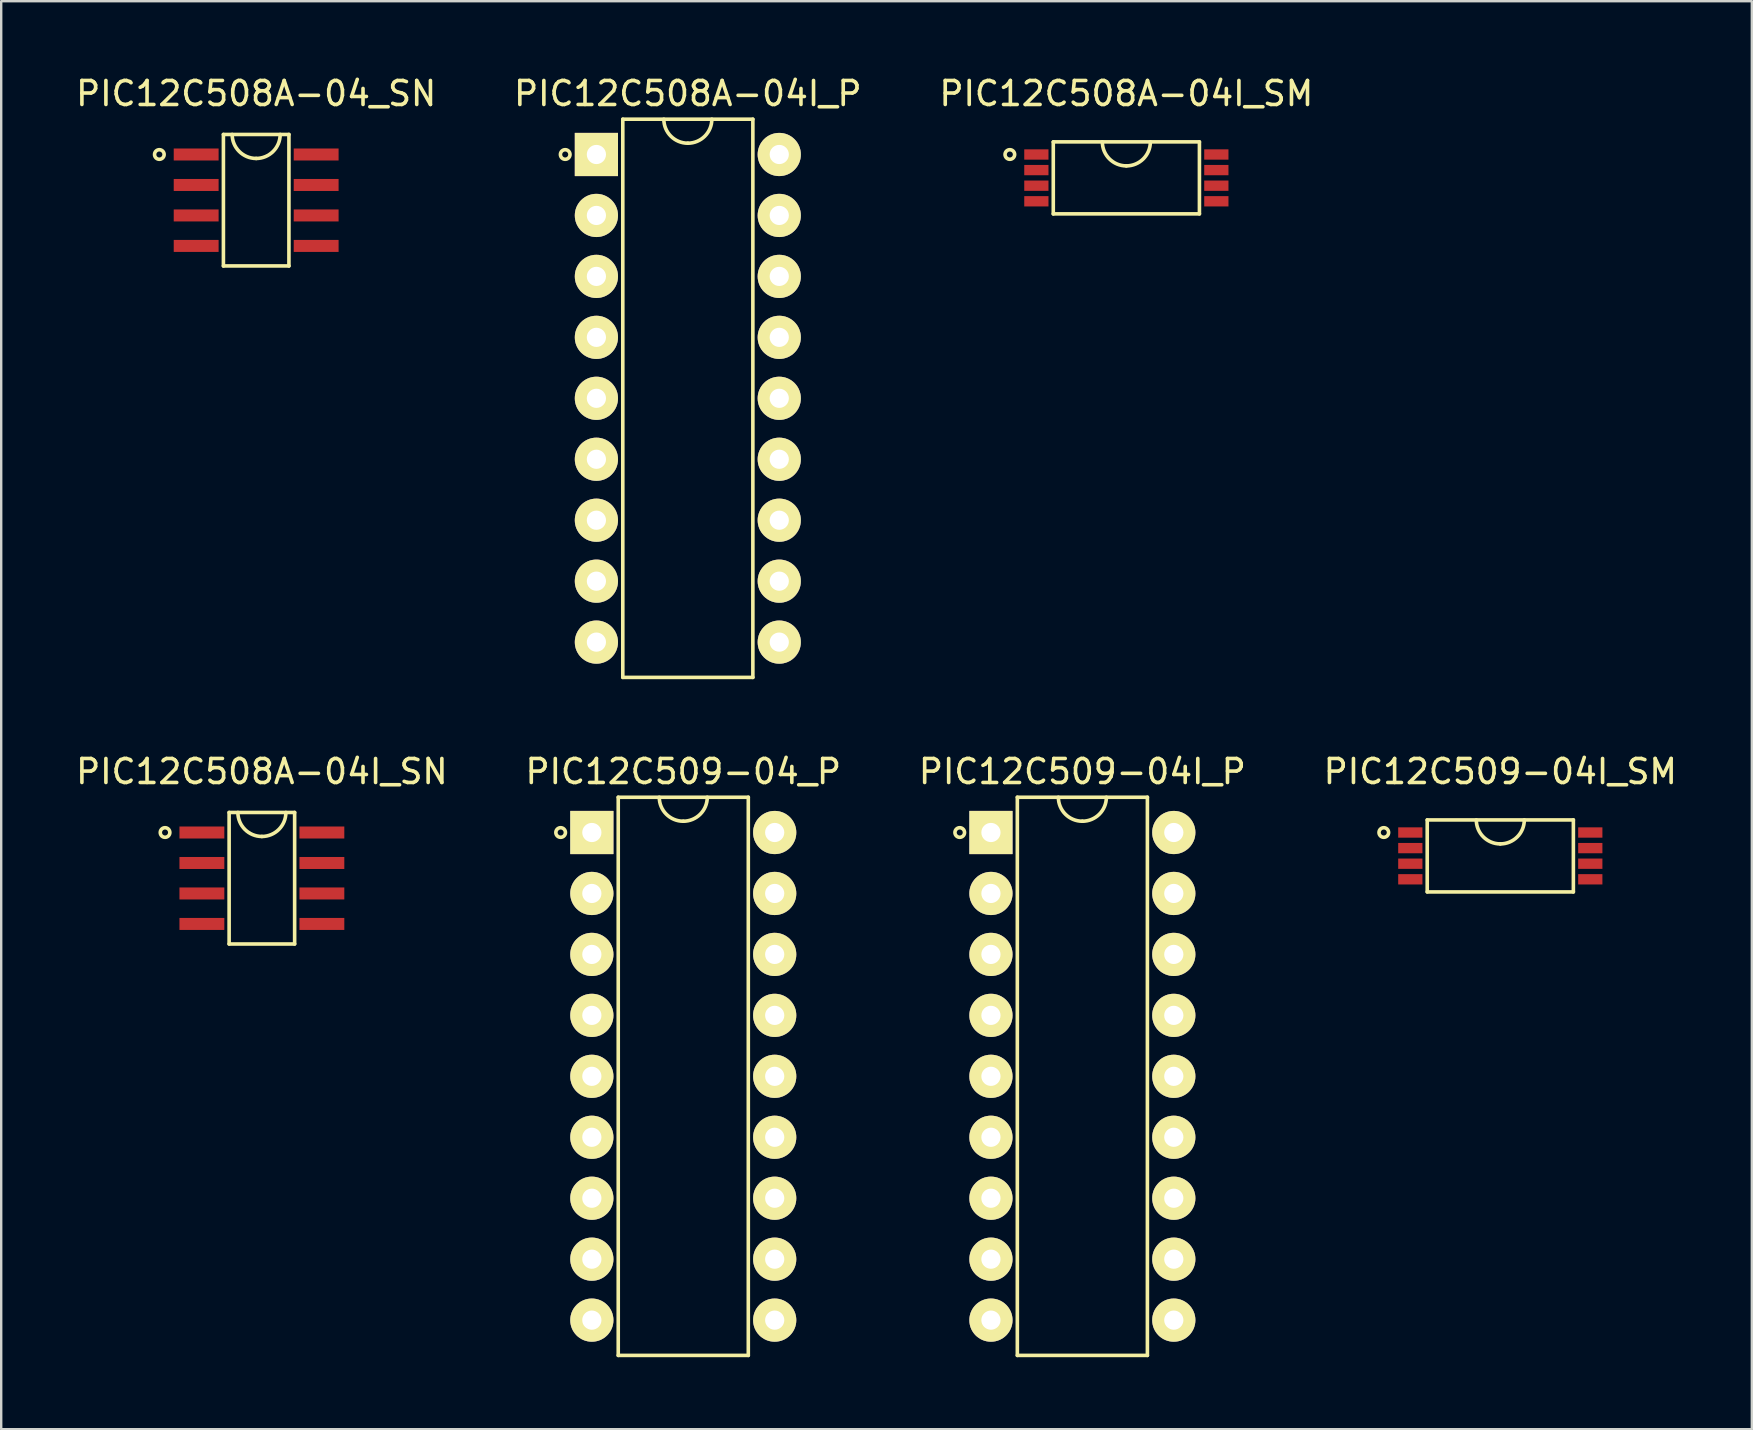
<source format=kicad_pcb>
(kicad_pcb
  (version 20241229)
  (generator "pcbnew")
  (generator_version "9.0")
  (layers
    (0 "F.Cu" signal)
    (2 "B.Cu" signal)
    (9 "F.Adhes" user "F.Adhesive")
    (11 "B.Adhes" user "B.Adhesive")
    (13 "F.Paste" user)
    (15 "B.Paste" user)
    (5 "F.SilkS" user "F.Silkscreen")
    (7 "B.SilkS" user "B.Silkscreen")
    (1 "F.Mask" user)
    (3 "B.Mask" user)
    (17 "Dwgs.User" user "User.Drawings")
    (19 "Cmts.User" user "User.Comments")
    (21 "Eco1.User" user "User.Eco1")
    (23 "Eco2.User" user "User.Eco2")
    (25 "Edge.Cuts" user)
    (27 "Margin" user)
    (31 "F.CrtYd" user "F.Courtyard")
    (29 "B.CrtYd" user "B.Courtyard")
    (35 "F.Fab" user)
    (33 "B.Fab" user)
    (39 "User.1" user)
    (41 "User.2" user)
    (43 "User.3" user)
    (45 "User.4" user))
  (footprint "PIC12C508A-04I_SM"
    (layer "F.Cu")
    (at 40.137 3.388)
    (property "Reference" "PIC12C508A-04I_SM" (at 3.75 -2.54 0) (layer "F.SilkS") (effects (font (size 1 1) (thickness 0.15))))
    (attr through_hole)
    (fp_line (start 0.705 -0.525) (end 6.795 -0.525) (stroke (width 0.15) (type solid)) (layer "F.SilkS"))
    (fp_line (start 0.705 2.475) (end 0.705 -0.525) (stroke (width 0.15) (type solid)) (layer "F.SilkS"))
    (fp_line (start 6.795 -0.525) (end 6.795 2.475) (stroke (width 0.15) (type solid)) (layer "F.SilkS"))
    (fp_line (start 6.795 2.475) (end 0.705 2.475) (stroke (width 0.15) (type solid)) (layer "F.SilkS"))
    (fp_arc (start 3.75 0.475) (mid 3.042893 0.182107) (end 2.75 -0.525) (stroke (width 0.15) (type solid)) (layer "F.SilkS"))
    (fp_arc (start 4.75 -0.525) (mid 4.457107 0.182107) (end 3.75 0.475) (stroke (width 0.15) (type solid)) (layer "F.SilkS"))
    (fp_circle (center -1.105 0) (end -1.105 0.2) (stroke (width 0.15) (type solid)) (fill no) (layer "F.SilkS"))
    (pad "1" smd rect (at 0 0) (size 1.01 0.43) (layers "F.Cu" "F.Mask" "F.Paste"))
    (pad "2" smd rect (at 0 0.65) (size 1.01 0.43) (layers "F.Cu" "F.Mask" "F.Paste"))
    (pad "3" smd rect (at 0 1.3) (size 1.01 0.43) (layers "F.Cu" "F.Mask" "F.Paste"))
    (pad "4" smd rect (at 0 1.95) (size 1.01 0.43) (layers "F.Cu" "F.Mask" "F.Paste"))
    (pad "5" smd rect (at 7.5 1.95) (size 1.01 0.43) (layers "F.Cu" "F.Mask" "F.Paste"))
    (pad "6" smd rect (at 7.5 1.3) (size 1.01 0.43) (layers "F.Cu" "F.Mask" "F.Paste"))
    (pad "7" smd rect (at 7.5 0.65) (size 1.01 0.43) (layers "F.Cu" "F.Mask" "F.Paste"))
    (pad "8" smd rect (at 7.5 0) (size 1.01 0.43) (layers "F.Cu" "F.Mask" "F.Paste")))
  (footprint "PIC12C509-04I_P"
    (layer "F.Cu")
    (at 38.244 31.642)
    (property "Reference" "PIC12C509-04I_P" (at 3.81 -2.54 0) (layer "F.SilkS") (effects (font (size 1 1) (thickness 0.15))))
    (attr through_hole)
    (fp_line (start 1.1 -1.47) (end 6.52 -1.47) (stroke (width 0.15) (type solid)) (layer "F.SilkS"))
    (fp_line (start 1.1 21.79) (end 1.1 -1.47) (stroke (width 0.15) (type solid)) (layer "F.SilkS"))
    (fp_line (start 6.52 -1.47) (end 6.52 21.79) (stroke (width 0.15) (type solid)) (layer "F.SilkS"))
    (fp_line (start 6.52 21.79) (end 1.1 21.79) (stroke (width 0.15) (type solid)) (layer "F.SilkS"))
    (fp_arc (start 3.81 -0.47) (mid 3.102893 -0.762893) (end 2.81 -1.47) (stroke (width 0.15) (type solid)) (layer "F.SilkS"))
    (fp_arc (start 4.81 -1.47) (mid 4.517107 -0.762893) (end 3.81 -0.47) (stroke (width 0.15) (type solid)) (layer "F.SilkS"))
    (fp_circle (center -1.3 0) (end -1.3 0.2) (stroke (width 0.15) (type solid)) (fill no) (layer "F.SilkS"))
    (pad "1" thru_hole rect (at 0 0) (size 1.8 1.8) (drill 0.8) (layers "*.Cu" "*.Mask" "F.SilkS"))
    (pad "2" thru_hole circle (at 0 2.54) (size 1.8 1.8) (drill 0.8) (layers "*.Cu" "*.Mask" "F.SilkS"))
    (pad "3" thru_hole circle (at 0 5.08) (size 1.8 1.8) (drill 0.8) (layers "*.Cu" "*.Mask" "F.SilkS"))
    (pad "4" thru_hole circle (at 0 7.62) (size 1.8 1.8) (drill 0.8) (layers "*.Cu" "*.Mask" "F.SilkS"))
    (pad "5" thru_hole circle (at 0 10.16) (size 1.8 1.8) (drill 0.8) (layers "*.Cu" "*.Mask" "F.SilkS"))
    (pad "6" thru_hole circle (at 0 12.7) (size 1.8 1.8) (drill 0.8) (layers "*.Cu" "*.Mask" "F.SilkS"))
    (pad "7" thru_hole circle (at 0 15.24) (size 1.8 1.8) (drill 0.8) (layers "*.Cu" "*.Mask" "F.SilkS"))
    (pad "8" thru_hole circle (at 0 17.78) (size 1.8 1.8) (drill 0.8) (layers "*.Cu" "*.Mask" "F.SilkS"))
    (pad "9" thru_hole circle (at 0 20.32) (size 1.8 1.8) (drill 0.8) (layers "*.Cu" "*.Mask" "F.SilkS"))
    (pad "10" thru_hole circle (at 7.62 20.32) (size 1.8 1.8) (drill 0.8) (layers "*.Cu" "*.Mask" "F.SilkS"))
    (pad "11" thru_hole circle (at 7.62 17.78) (size 1.8 1.8) (drill 0.8) (layers "*.Cu" "*.Mask" "F.SilkS"))
    (pad "12" thru_hole circle (at 7.62 15.24) (size 1.8 1.8) (drill 0.8) (layers "*.Cu" "*.Mask" "F.SilkS"))
    (pad "13" thru_hole circle (at 7.62 12.7) (size 1.8 1.8) (drill 0.8) (layers "*.Cu" "*.Mask" "F.SilkS"))
    (pad "14" thru_hole circle (at 7.62 10.16) (size 1.8 1.8) (drill 0.8) (layers "*.Cu" "*.Mask" "F.SilkS"))
    (pad "15" thru_hole circle (at 7.62 7.62) (size 1.8 1.8) (drill 0.8) (layers "*.Cu" "*.Mask" "F.SilkS"))
    (pad "16" thru_hole circle (at 7.62 5.08) (size 1.8 1.8) (drill 0.8) (layers "*.Cu" "*.Mask" "F.SilkS"))
    (pad "17" thru_hole circle (at 7.62 2.54) (size 1.8 1.8) (drill 0.8) (layers "*.Cu" "*.Mask" "F.SilkS"))
    (pad "18" thru_hole circle (at 7.62 0) (size 1.8 1.8) (drill 0.8) (layers "*.Cu" "*.Mask" "F.SilkS")))
  (footprint "PIC12C508A-04_SN"
    (layer "F.Cu")
    (at 5.125 3.388)
    (property "Reference" "PIC12C508A-04_SN" (at 2.5 -2.54 0) (layer "F.SilkS") (effects (font (size 1 1) (thickness 0.15))))
    (attr through_hole)
    (fp_line (start 1.135 -0.835) (end 3.865 -0.835) (stroke (width 0.15) (type solid)) (layer "F.SilkS"))
    (fp_line (start 1.135 4.645) (end 1.135 -0.835) (stroke (width 0.15) (type solid)) (layer "F.SilkS"))
    (fp_line (start 3.865 -0.835) (end 3.865 4.645) (stroke (width 0.15) (type solid)) (layer "F.SilkS"))
    (fp_line (start 3.865 4.645) (end 1.135 4.645) (stroke (width 0.15) (type solid)) (layer "F.SilkS"))
    (fp_arc (start 2.5 0.165) (mid 1.792893 -0.127893) (end 1.5 -0.835) (stroke (width 0.15) (type solid)) (layer "F.SilkS"))
    (fp_arc (start 3.5 -0.835) (mid 3.207107 -0.127893) (end 2.5 0.165) (stroke (width 0.15) (type solid)) (layer "F.SilkS"))
    (fp_circle (center -1.535 0) (end -1.535 0.2) (stroke (width 0.15) (type solid)) (fill no) (layer "F.SilkS"))
    (pad "1" smd rect (at 0 0) (size 1.87 0.5) (layers "F.Cu" "F.Mask" "F.Paste"))
    (pad "2" smd rect (at 0 1.27) (size 1.87 0.5) (layers "F.Cu" "F.Mask" "F.Paste"))
    (pad "3" smd rect (at 0 2.54) (size 1.87 0.5) (layers "F.Cu" "F.Mask" "F.Paste"))
    (pad "4" smd rect (at 0 3.81) (size 1.87 0.5) (layers "F.Cu" "F.Mask" "F.Paste"))
    (pad "5" smd rect (at 5 3.81) (size 1.87 0.5) (layers "F.Cu" "F.Mask" "F.Paste"))
    (pad "6" smd rect (at 5 2.54) (size 1.87 0.5) (layers "F.Cu" "F.Mask" "F.Paste"))
    (pad "7" smd rect (at 5 1.27) (size 1.87 0.5) (layers "F.Cu" "F.Mask" "F.Paste"))
    (pad "8" smd rect (at 5 0) (size 1.87 0.5) (layers "F.Cu" "F.Mask" "F.Paste")))
  (footprint "PIC12C508A-04I_P"
    (layer "F.Cu")
    (at 21.803 3.388)
    (property "Reference" "PIC12C508A-04I_P" (at 3.81 -2.54 0) (layer "F.SilkS") (effects (font (size 1 1) (thickness 0.15))))
    (attr through_hole)
    (fp_line (start 1.1 -1.47) (end 6.52 -1.47) (stroke (width 0.15) (type solid)) (layer "F.SilkS"))
    (fp_line (start 1.1 21.79) (end 1.1 -1.47) (stroke (width 0.15) (type solid)) (layer "F.SilkS"))
    (fp_line (start 6.52 -1.47) (end 6.52 21.79) (stroke (width 0.15) (type solid)) (layer "F.SilkS"))
    (fp_line (start 6.52 21.79) (end 1.1 21.79) (stroke (width 0.15) (type solid)) (layer "F.SilkS"))
    (fp_arc (start 3.81 -0.47) (mid 3.102893 -0.762893) (end 2.81 -1.47) (stroke (width 0.15) (type solid)) (layer "F.SilkS"))
    (fp_arc (start 4.81 -1.47) (mid 4.517107 -0.762893) (end 3.81 -0.47) (stroke (width 0.15) (type solid)) (layer "F.SilkS"))
    (fp_circle (center -1.3 0) (end -1.3 0.2) (stroke (width 0.15) (type solid)) (fill no) (layer "F.SilkS"))
    (pad "1" thru_hole rect (at 0 0) (size 1.8 1.8) (drill 0.8) (layers "*.Cu" "*.Mask" "F.SilkS"))
    (pad "2" thru_hole circle (at 0 2.54) (size 1.8 1.8) (drill 0.8) (layers "*.Cu" "*.Mask" "F.SilkS"))
    (pad "3" thru_hole circle (at 0 5.08) (size 1.8 1.8) (drill 0.8) (layers "*.Cu" "*.Mask" "F.SilkS"))
    (pad "4" thru_hole circle (at 0 7.62) (size 1.8 1.8) (drill 0.8) (layers "*.Cu" "*.Mask" "F.SilkS"))
    (pad "5" thru_hole circle (at 0 10.16) (size 1.8 1.8) (drill 0.8) (layers "*.Cu" "*.Mask" "F.SilkS"))
    (pad "6" thru_hole circle (at 0 12.7) (size 1.8 1.8) (drill 0.8) (layers "*.Cu" "*.Mask" "F.SilkS"))
    (pad "7" thru_hole circle (at 0 15.24) (size 1.8 1.8) (drill 0.8) (layers "*.Cu" "*.Mask" "F.SilkS"))
    (pad "8" thru_hole circle (at 0 17.78) (size 1.8 1.8) (drill 0.8) (layers "*.Cu" "*.Mask" "F.SilkS"))
    (pad "9" thru_hole circle (at 0 20.32) (size 1.8 1.8) (drill 0.8) (layers "*.Cu" "*.Mask" "F.SilkS"))
    (pad "10" thru_hole circle (at 7.62 20.32) (size 1.8 1.8) (drill 0.8) (layers "*.Cu" "*.Mask" "F.SilkS"))
    (pad "11" thru_hole circle (at 7.62 17.78) (size 1.8 1.8) (drill 0.8) (layers "*.Cu" "*.Mask" "F.SilkS"))
    (pad "12" thru_hole circle (at 7.62 15.24) (size 1.8 1.8) (drill 0.8) (layers "*.Cu" "*.Mask" "F.SilkS"))
    (pad "13" thru_hole circle (at 7.62 12.7) (size 1.8 1.8) (drill 0.8) (layers "*.Cu" "*.Mask" "F.SilkS"))
    (pad "14" thru_hole circle (at 7.62 10.16) (size 1.8 1.8) (drill 0.8) (layers "*.Cu" "*.Mask" "F.SilkS"))
    (pad "15" thru_hole circle (at 7.62 7.62) (size 1.8 1.8) (drill 0.8) (layers "*.Cu" "*.Mask" "F.SilkS"))
    (pad "16" thru_hole circle (at 7.62 5.08) (size 1.8 1.8) (drill 0.8) (layers "*.Cu" "*.Mask" "F.SilkS"))
    (pad "17" thru_hole circle (at 7.62 2.54) (size 1.8 1.8) (drill 0.8) (layers "*.Cu" "*.Mask" "F.SilkS"))
    (pad "18" thru_hole circle (at 7.62 0) (size 1.8 1.8) (drill 0.8) (layers "*.Cu" "*.Mask" "F.SilkS")))
  (footprint "PIC12C508A-04I_SN"
    (layer "F.Cu")
    (at 5.363 31.642)
    (property "Reference" "PIC12C508A-04I_SN" (at 2.5 -2.54 0) (layer "F.SilkS") (effects (font (size 1 1) (thickness 0.15))))
    (attr through_hole)
    (fp_line (start 1.135 -0.835) (end 3.865 -0.835) (stroke (width 0.15) (type solid)) (layer "F.SilkS"))
    (fp_line (start 1.135 4.645) (end 1.135 -0.835) (stroke (width 0.15) (type solid)) (layer "F.SilkS"))
    (fp_line (start 3.865 -0.835) (end 3.865 4.645) (stroke (width 0.15) (type solid)) (layer "F.SilkS"))
    (fp_line (start 3.865 4.645) (end 1.135 4.645) (stroke (width 0.15) (type solid)) (layer "F.SilkS"))
    (fp_arc (start 2.5 0.165) (mid 1.792893 -0.127893) (end 1.5 -0.835) (stroke (width 0.15) (type solid)) (layer "F.SilkS"))
    (fp_arc (start 3.5 -0.835) (mid 3.207107 -0.127893) (end 2.5 0.165) (stroke (width 0.15) (type solid)) (layer "F.SilkS"))
    (fp_circle (center -1.535 0) (end -1.535 0.2) (stroke (width 0.15) (type solid)) (fill no) (layer "F.SilkS"))
    (pad "1" smd rect (at 0 0) (size 1.87 0.5) (layers "F.Cu" "F.Mask" "F.Paste"))
    (pad "2" smd rect (at 0 1.27) (size 1.87 0.5) (layers "F.Cu" "F.Mask" "F.Paste"))
    (pad "3" smd rect (at 0 2.54) (size 1.87 0.5) (layers "F.Cu" "F.Mask" "F.Paste"))
    (pad "4" smd rect (at 0 3.81) (size 1.87 0.5) (layers "F.Cu" "F.Mask" "F.Paste"))
    (pad "5" smd rect (at 5 3.81) (size 1.87 0.5) (layers "F.Cu" "F.Mask" "F.Paste"))
    (pad "6" smd rect (at 5 2.54) (size 1.87 0.5) (layers "F.Cu" "F.Mask" "F.Paste"))
    (pad "7" smd rect (at 5 1.27) (size 1.87 0.5) (layers "F.Cu" "F.Mask" "F.Paste"))
    (pad "8" smd rect (at 5 0) (size 1.87 0.5) (layers "F.Cu" "F.Mask" "F.Paste")))
  (footprint "PIC12C509-04I_SM"
    (layer "F.Cu")
    (at 55.72 31.642)
    (property "Reference" "PIC12C509-04I_SM" (at 3.75 -2.54 0) (layer "F.SilkS") (effects (font (size 1 1) (thickness 0.15))))
    (attr through_hole)
    (fp_line (start 0.705 -0.525) (end 6.795 -0.525) (stroke (width 0.15) (type solid)) (layer "F.SilkS"))
    (fp_line (start 0.705 2.475) (end 0.705 -0.525) (stroke (width 0.15) (type solid)) (layer "F.SilkS"))
    (fp_line (start 6.795 -0.525) (end 6.795 2.475) (stroke (width 0.15) (type solid)) (layer "F.SilkS"))
    (fp_line (start 6.795 2.475) (end 0.705 2.475) (stroke (width 0.15) (type solid)) (layer "F.SilkS"))
    (fp_arc (start 3.75 0.475) (mid 3.042893 0.182107) (end 2.75 -0.525) (stroke (width 0.15) (type solid)) (layer "F.SilkS"))
    (fp_arc (start 4.75 -0.525) (mid 4.457107 0.182107) (end 3.75 0.475) (stroke (width 0.15) (type solid)) (layer "F.SilkS"))
    (fp_circle (center -1.105 0) (end -1.105 0.2) (stroke (width 0.15) (type solid)) (fill no) (layer "F.SilkS"))
    (pad "1" smd rect (at 0 0) (size 1.01 0.43) (layers "F.Cu" "F.Mask" "F.Paste"))
    (pad "2" smd rect (at 0 0.65) (size 1.01 0.43) (layers "F.Cu" "F.Mask" "F.Paste"))
    (pad "3" smd rect (at 0 1.3) (size 1.01 0.43) (layers "F.Cu" "F.Mask" "F.Paste"))
    (pad "4" smd rect (at 0 1.95) (size 1.01 0.43) (layers "F.Cu" "F.Mask" "F.Paste"))
    (pad "5" smd rect (at 7.5 1.95) (size 1.01 0.43) (layers "F.Cu" "F.Mask" "F.Paste"))
    (pad "6" smd rect (at 7.5 1.3) (size 1.01 0.43) (layers "F.Cu" "F.Mask" "F.Paste"))
    (pad "7" smd rect (at 7.5 0.65) (size 1.01 0.43) (layers "F.Cu" "F.Mask" "F.Paste"))
    (pad "8" smd rect (at 7.5 0) (size 1.01 0.43) (layers "F.Cu" "F.Mask" "F.Paste")))
  (footprint "PIC12C509-04_P"
    (layer "F.Cu")
    (at 21.613 31.642)
    (property "Reference" "PIC12C509-04_P" (at 3.81 -2.54 0) (layer "F.SilkS") (effects (font (size 1 1) (thickness 0.15))))
    (attr through_hole)
    (fp_line (start 1.1 -1.47) (end 6.52 -1.47) (stroke (width 0.15) (type solid)) (layer "F.SilkS"))
    (fp_line (start 1.1 21.79) (end 1.1 -1.47) (stroke (width 0.15) (type solid)) (layer "F.SilkS"))
    (fp_line (start 6.52 -1.47) (end 6.52 21.79) (stroke (width 0.15) (type solid)) (layer "F.SilkS"))
    (fp_line (start 6.52 21.79) (end 1.1 21.79) (stroke (width 0.15) (type solid)) (layer "F.SilkS"))
    (fp_arc (start 3.81 -0.47) (mid 3.102893 -0.762893) (end 2.81 -1.47) (stroke (width 0.15) (type solid)) (layer "F.SilkS"))
    (fp_arc (start 4.81 -1.47) (mid 4.517107 -0.762893) (end 3.81 -0.47) (stroke (width 0.15) (type solid)) (layer "F.SilkS"))
    (fp_circle (center -1.3 0) (end -1.3 0.2) (stroke (width 0.15) (type solid)) (fill no) (layer "F.SilkS"))
    (pad "1" thru_hole rect (at 0 0) (size 1.8 1.8) (drill 0.8) (layers "*.Cu" "*.Mask" "F.SilkS"))
    (pad "2" thru_hole circle (at 0 2.54) (size 1.8 1.8) (drill 0.8) (layers "*.Cu" "*.Mask" "F.SilkS"))
    (pad "3" thru_hole circle (at 0 5.08) (size 1.8 1.8) (drill 0.8) (layers "*.Cu" "*.Mask" "F.SilkS"))
    (pad "4" thru_hole circle (at 0 7.62) (size 1.8 1.8) (drill 0.8) (layers "*.Cu" "*.Mask" "F.SilkS"))
    (pad "5" thru_hole circle (at 0 10.16) (size 1.8 1.8) (drill 0.8) (layers "*.Cu" "*.Mask" "F.SilkS"))
    (pad "6" thru_hole circle (at 0 12.7) (size 1.8 1.8) (drill 0.8) (layers "*.Cu" "*.Mask" "F.SilkS"))
    (pad "7" thru_hole circle (at 0 15.24) (size 1.8 1.8) (drill 0.8) (layers "*.Cu" "*.Mask" "F.SilkS"))
    (pad "8" thru_hole circle (at 0 17.78) (size 1.8 1.8) (drill 0.8) (layers "*.Cu" "*.Mask" "F.SilkS"))
    (pad "9" thru_hole circle (at 0 20.32) (size 1.8 1.8) (drill 0.8) (layers "*.Cu" "*.Mask" "F.SilkS"))
    (pad "10" thru_hole circle (at 7.62 20.32) (size 1.8 1.8) (drill 0.8) (layers "*.Cu" "*.Mask" "F.SilkS"))
    (pad "11" thru_hole circle (at 7.62 17.78) (size 1.8 1.8) (drill 0.8) (layers "*.Cu" "*.Mask" "F.SilkS"))
    (pad "12" thru_hole circle (at 7.62 15.24) (size 1.8 1.8) (drill 0.8) (layers "*.Cu" "*.Mask" "F.SilkS"))
    (pad "13" thru_hole circle (at 7.62 12.7) (size 1.8 1.8) (drill 0.8) (layers "*.Cu" "*.Mask" "F.SilkS"))
    (pad "14" thru_hole circle (at 7.62 10.16) (size 1.8 1.8) (drill 0.8) (layers "*.Cu" "*.Mask" "F.SilkS"))
    (pad "15" thru_hole circle (at 7.62 7.62) (size 1.8 1.8) (drill 0.8) (layers "*.Cu" "*.Mask" "F.SilkS"))
    (pad "16" thru_hole circle (at 7.62 5.08) (size 1.8 1.8) (drill 0.8) (layers "*.Cu" "*.Mask" "F.SilkS"))
    (pad "17" thru_hole circle (at 7.62 2.54) (size 1.8 1.8) (drill 0.8) (layers "*.Cu" "*.Mask" "F.SilkS"))
    (pad "18" thru_hole circle (at 7.62 0) (size 1.8 1.8) (drill 0.8) (layers "*.Cu" "*.Mask" "F.SilkS")))
  (gr_rect
    (start -3 -3)
    (end 69.952 56.507)
    (stroke (width 0.1) (type default))
    (fill no)
    (layer "Edge.Cuts")))
</source>
